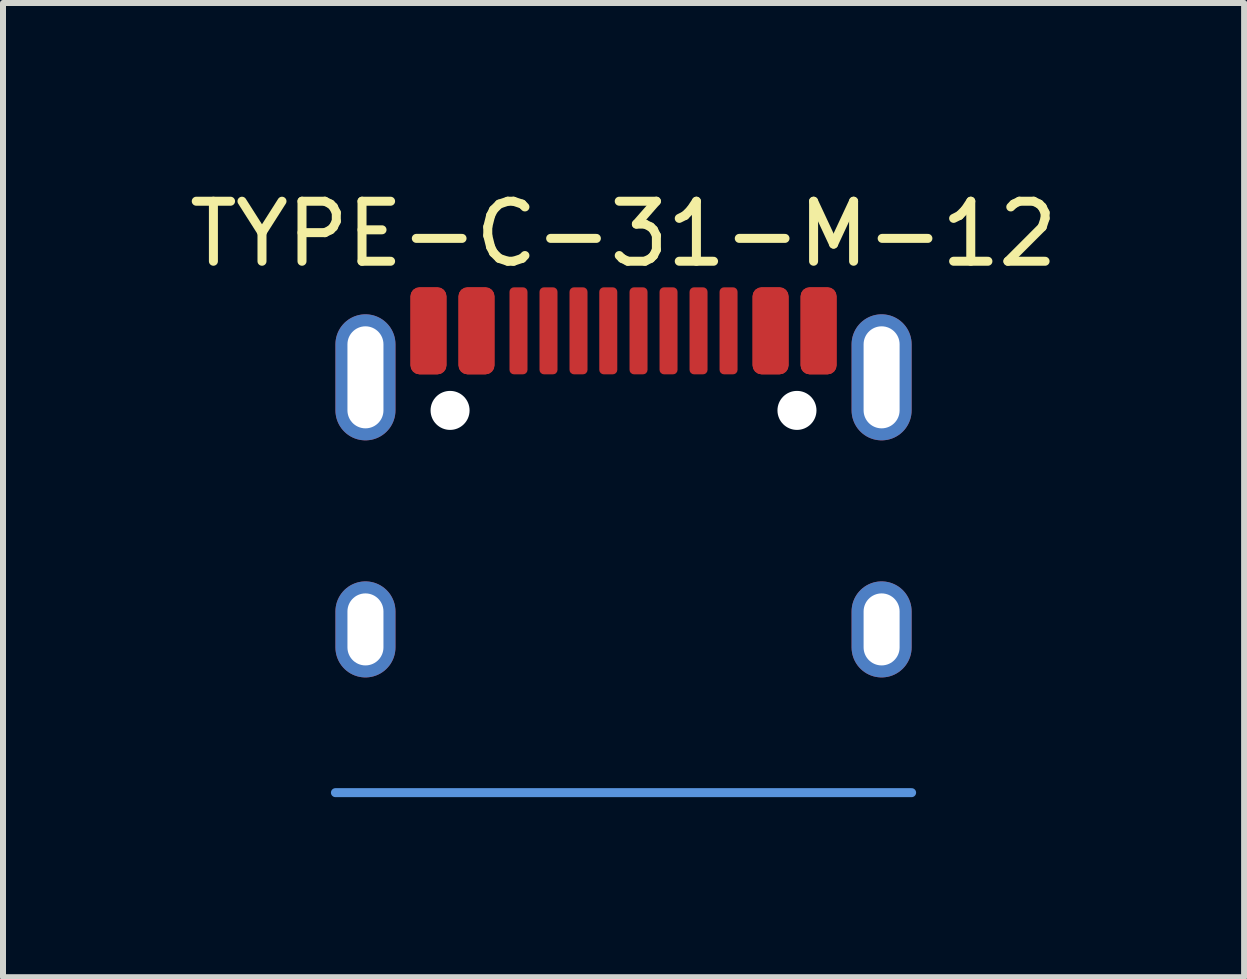
<source format=kicad_pcb>
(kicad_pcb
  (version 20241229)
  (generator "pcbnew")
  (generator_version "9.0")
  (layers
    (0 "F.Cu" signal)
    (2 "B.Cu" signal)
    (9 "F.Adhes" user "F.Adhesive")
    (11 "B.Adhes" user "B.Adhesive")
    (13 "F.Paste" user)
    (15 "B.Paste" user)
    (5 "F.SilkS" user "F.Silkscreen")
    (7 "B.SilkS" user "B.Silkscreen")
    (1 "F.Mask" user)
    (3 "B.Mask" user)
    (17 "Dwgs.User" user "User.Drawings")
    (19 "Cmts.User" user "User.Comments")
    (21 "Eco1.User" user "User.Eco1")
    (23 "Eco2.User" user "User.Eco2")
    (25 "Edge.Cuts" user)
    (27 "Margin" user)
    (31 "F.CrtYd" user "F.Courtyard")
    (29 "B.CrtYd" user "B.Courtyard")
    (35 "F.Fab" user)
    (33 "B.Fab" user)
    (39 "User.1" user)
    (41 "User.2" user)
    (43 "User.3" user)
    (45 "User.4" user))
  (footprint "TYPE-C-31-M-12"
    (layer "F.Cu")
    (at 7.339 1.737)
    (property "Reference" "TYPE-C-31-M-12" (at 0 -0.889 0) (layer "F.SilkS") (effects (font (size 1 1) (thickness 0.15))))
    (attr through_hole)
    (fp_line (start 4.8 8.42) (end -4.8 8.42) (stroke (width 0.15) (type solid)) (layer "Cmts.User"))
    (pad "" np_thru_hole circle (at -2.89 2.051) (size 0.65 0.65) (drill 0.65) (layers "*.Cu" "*.Mask"))
    (pad "" np_thru_hole circle (at 2.89 2.051) (size 0.65 0.65) (drill 0.65) (layers "*.Cu" "*.Mask"))
    (pad "A1" smd roundrect (at -3.25 1.275) (size 0.6 1.45) (drill (offset 0 -0.55)) (layers "F.Cu" "F.Mask" "F.Paste") (roundrect_rratio 0.25))
    (pad "A4" smd roundrect (at -2.45 1.275) (size 0.6 1.45) (drill (offset 0 -0.55)) (layers "F.Cu" "F.Mask" "F.Paste") (roundrect_rratio 0.25))
    (pad "A5" smd roundrect (at -1.25 1.275) (size 0.3 1.45) (drill (offset 0 -0.55)) (layers "F.Cu" "F.Mask" "F.Paste") (roundrect_rratio 0.25))
    (pad "A6" smd roundrect (at -0.254 1.275) (size 0.3 1.45) (drill (offset 0 -0.55)) (layers "F.Cu" "F.Mask" "F.Paste") (roundrect_rratio 0.25))
    (pad "A7" smd roundrect (at 0.25 1.275) (size 0.3 1.45) (drill (offset 0 -0.55)) (layers "F.Cu" "F.Mask" "F.Paste") (roundrect_rratio 0.25))
    (pad "A8" smd roundrect (at 1.25 1.275) (size 0.3 1.45) (drill (offset 0 -0.55)) (layers "F.Cu" "F.Mask" "F.Paste") (roundrect_rratio 0.25))
    (pad "A9" smd roundrect (at 2.45 1.275) (size 0.6 1.45) (drill (offset 0 -0.55)) (layers "F.Cu" "F.Mask" "F.Paste") (roundrect_rratio 0.25))
    (pad "A12" smd roundrect (at 3.25 1.275) (size 0.6 1.45) (drill (offset 0 -0.55)) (layers "F.Cu" "F.Mask" "F.Paste") (roundrect_rratio 0.25))
    (pad "B1" smd roundrect (at 3.25 1.275) (size 0.6 1.45) (drill (offset 0 -0.55)) (layers "F.Cu" "F.Mask" "F.Paste") (roundrect_rratio 0.25))
    (pad "B4" smd roundrect (at 2.45 1.275) (size 0.6 1.45) (drill (offset 0 -0.55)) (layers "F.Cu" "F.Mask" "F.Paste") (roundrect_rratio 0.25))
    (pad "B5" smd roundrect (at 1.75 1.275) (size 0.3 1.45) (drill (offset 0 -0.55)) (layers "F.Cu" "F.Mask" "F.Paste") (roundrect_rratio 0.25))
    (pad "B6" smd roundrect (at 0.75 1.275) (size 0.3 1.45) (drill (offset 0 -0.55)) (layers "F.Cu" "F.Mask" "F.Paste") (roundrect_rratio 0.25))
    (pad "B7" smd roundrect (at -0.75 1.275) (size 0.3 1.45) (drill (offset 0 -0.55)) (layers "F.Cu" "F.Mask" "F.Paste") (roundrect_rratio 0.25))
    (pad "B8" smd roundrect (at -1.75 1.275) (size 0.3 1.45) (drill (offset 0 -0.55)) (layers "F.Cu" "F.Mask" "F.Paste") (roundrect_rratio 0.25))
    (pad "B9" smd roundrect (at -2.45 1.275) (size 0.6 1.45) (drill (offset 0 -0.55)) (layers "F.Cu" "F.Mask" "F.Paste") (roundrect_rratio 0.25))
    (pad "B12" smd roundrect (at -3.25 1.275) (size 0.6 1.45) (drill (offset 0 -0.55)) (layers "F.Cu" "F.Mask" "F.Paste") (roundrect_rratio 0.25))
    (pad "S1" thru_hole oval (at -4.3 1.5) (size 1 2.1) (drill oval 0.6 1.7) (layers "*.Cu" "*.Mask"))
    (pad "S1" thru_hole oval (at -4.3 5.7) (size 1 1.6) (drill oval 0.6 1.2) (layers "*.Cu" "*.Mask"))
    (pad "S1" thru_hole oval (at 4.3 1.5) (size 1 2.1) (drill oval 0.6 1.7) (layers "*.Cu" "*.Mask"))
    (pad "S1" thru_hole oval (at 4.3 5.7) (size 1 1.6) (drill oval 0.6 1.2) (layers "*.Cu" "*.Mask")))
  (gr_rect
    (start -3 -3)
    (end 17.679 13.232)
    (stroke (width 0.1) (type default))
    (fill no)
    (layer "Edge.Cuts")))
</source>
